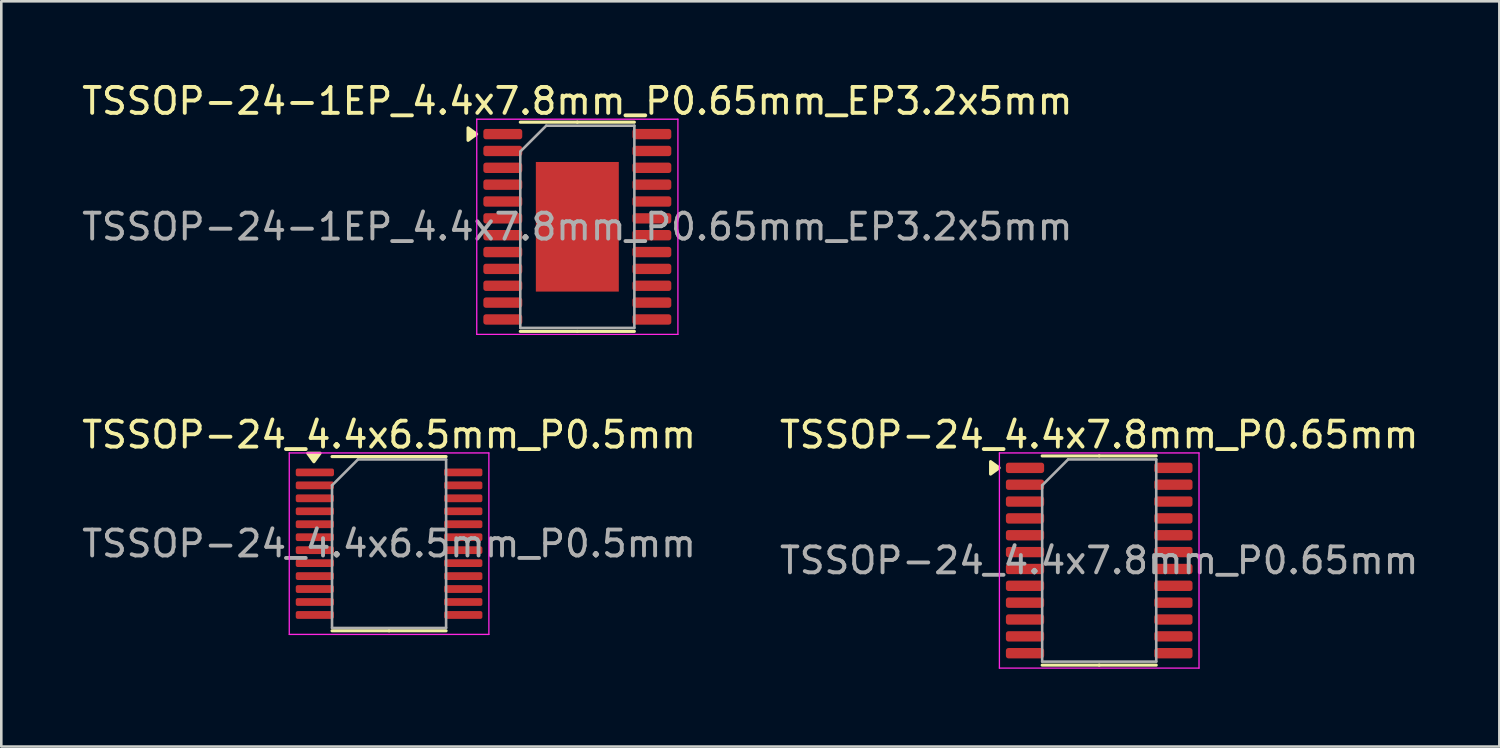
<source format=kicad_pcb>
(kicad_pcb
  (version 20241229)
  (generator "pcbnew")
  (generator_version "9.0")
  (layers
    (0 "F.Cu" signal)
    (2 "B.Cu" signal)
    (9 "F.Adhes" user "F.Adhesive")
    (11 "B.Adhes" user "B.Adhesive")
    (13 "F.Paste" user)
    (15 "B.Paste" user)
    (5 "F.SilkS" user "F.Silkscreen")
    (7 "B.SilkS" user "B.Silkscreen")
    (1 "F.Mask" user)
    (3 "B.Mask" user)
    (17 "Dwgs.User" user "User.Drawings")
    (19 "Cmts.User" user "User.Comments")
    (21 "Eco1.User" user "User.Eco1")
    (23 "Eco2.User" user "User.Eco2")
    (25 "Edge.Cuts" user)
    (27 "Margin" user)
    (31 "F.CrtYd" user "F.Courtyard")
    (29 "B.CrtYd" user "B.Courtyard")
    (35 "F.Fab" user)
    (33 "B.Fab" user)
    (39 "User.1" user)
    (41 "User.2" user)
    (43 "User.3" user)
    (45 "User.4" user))
  (footprint "TSSOP-24_4.4x6.5mm_P0.5mm"
    (layer "F.Cu")
    (at 11.958 17.922)
    (property "Reference" "TSSOP-24_4.4x6.5mm_P0.5mm" (at 0 -4.2 0) (layer "F.SilkS") (effects (font (size 1 1) (thickness 0.15))))
    (attr smd)
    (fp_line (start 0 -3.36) (end -2.2 -3.36) (stroke (width 0.12) (type solid)) (layer "F.SilkS"))
    (fp_line (start 0 -3.36) (end 2.2 -3.36) (stroke (width 0.12) (type solid)) (layer "F.SilkS"))
    (fp_line (start 0 3.36) (end -2.2 3.36) (stroke (width 0.12) (type solid)) (layer "F.SilkS"))
    (fp_line (start 0 3.36) (end 2.2 3.36) (stroke (width 0.12) (type solid)) (layer "F.SilkS"))
    (fp_poly (pts (xy -2.9 -3.16) (xy -3.14 -3.49) (xy -2.66 -3.49) (xy -2.9 -3.16)) (stroke (width 0.12) (type solid)) (fill yes) (layer "F.SilkS"))
    (fp_line (start -3.85 -3.5) (end -3.85 3.5) (stroke (width 0.05) (type solid)) (layer "F.CrtYd"))
    (fp_line (start -3.85 3.5) (end 3.85 3.5) (stroke (width 0.05) (type solid)) (layer "F.CrtYd"))
    (fp_line (start 3.85 -3.5) (end -3.85 -3.5) (stroke (width 0.05) (type solid)) (layer "F.CrtYd"))
    (fp_line (start 3.85 3.5) (end 3.85 -3.5) (stroke (width 0.05) (type solid)) (layer "F.CrtYd"))
    (fp_line (start -2.2 -2.25) (end -1.2 -3.25) (stroke (width 0.1) (type solid)) (layer "F.Fab"))
    (fp_line (start -2.2 3.25) (end -2.2 -2.25) (stroke (width 0.1) (type solid)) (layer "F.Fab"))
    (fp_line (start -1.2 -3.25) (end 2.2 -3.25) (stroke (width 0.1) (type solid)) (layer "F.Fab"))
    (fp_line (start 2.2 -3.25) (end 2.2 3.25) (stroke (width 0.1) (type solid)) (layer "F.Fab"))
    (fp_line (start 2.2 3.25) (end -2.2 3.25) (stroke (width 0.1) (type solid)) (layer "F.Fab"))
    (fp_text user "${REFERENCE}" (at 0 0 0) (layer "F.Fab") (effects (font (size 1 1) (thickness 0.15))))
    (pad "1" smd roundrect (at -2.862 -2.75) (size 1.475 0.3) (layers "F.Cu" "F.Mask" "F.Paste") (roundrect_rratio 0.25))
    (pad "2" smd roundrect (at -2.862 -2.25) (size 1.475 0.3) (layers "F.Cu" "F.Mask" "F.Paste") (roundrect_rratio 0.25))
    (pad "3" smd roundrect (at -2.862 -1.75) (size 1.475 0.3) (layers "F.Cu" "F.Mask" "F.Paste") (roundrect_rratio 0.25))
    (pad "4" smd roundrect (at -2.862 -1.25) (size 1.475 0.3) (layers "F.Cu" "F.Mask" "F.Paste") (roundrect_rratio 0.25))
    (pad "5" smd roundrect (at -2.862 -0.75) (size 1.475 0.3) (layers "F.Cu" "F.Mask" "F.Paste") (roundrect_rratio 0.25))
    (pad "6" smd roundrect (at -2.862 -0.25) (size 1.475 0.3) (layers "F.Cu" "F.Mask" "F.Paste") (roundrect_rratio 0.25))
    (pad "7" smd roundrect (at -2.862 0.25) (size 1.475 0.3) (layers "F.Cu" "F.Mask" "F.Paste") (roundrect_rratio 0.25))
    (pad "8" smd roundrect (at -2.862 0.75) (size 1.475 0.3) (layers "F.Cu" "F.Mask" "F.Paste") (roundrect_rratio 0.25))
    (pad "9" smd roundrect (at -2.862 1.25) (size 1.475 0.3) (layers "F.Cu" "F.Mask" "F.Paste") (roundrect_rratio 0.25))
    (pad "10" smd roundrect (at -2.862 1.75) (size 1.475 0.3) (layers "F.Cu" "F.Mask" "F.Paste") (roundrect_rratio 0.25))
    (pad "11" smd roundrect (at -2.862 2.25) (size 1.475 0.3) (layers "F.Cu" "F.Mask" "F.Paste") (roundrect_rratio 0.25))
    (pad "12" smd roundrect (at -2.862 2.75) (size 1.475 0.3) (layers "F.Cu" "F.Mask" "F.Paste") (roundrect_rratio 0.25))
    (pad "13" smd roundrect (at 2.862 2.75) (size 1.475 0.3) (layers "F.Cu" "F.Mask" "F.Paste") (roundrect_rratio 0.25))
    (pad "14" smd roundrect (at 2.862 2.25) (size 1.475 0.3) (layers "F.Cu" "F.Mask" "F.Paste") (roundrect_rratio 0.25))
    (pad "15" smd roundrect (at 2.862 1.75) (size 1.475 0.3) (layers "F.Cu" "F.Mask" "F.Paste") (roundrect_rratio 0.25))
    (pad "16" smd roundrect (at 2.862 1.25) (size 1.475 0.3) (layers "F.Cu" "F.Mask" "F.Paste") (roundrect_rratio 0.25))
    (pad "17" smd roundrect (at 2.862 0.75) (size 1.475 0.3) (layers "F.Cu" "F.Mask" "F.Paste") (roundrect_rratio 0.25))
    (pad "18" smd roundrect (at 2.862 0.25) (size 1.475 0.3) (layers "F.Cu" "F.Mask" "F.Paste") (roundrect_rratio 0.25))
    (pad "19" smd roundrect (at 2.862 -0.25) (size 1.475 0.3) (layers "F.Cu" "F.Mask" "F.Paste") (roundrect_rratio 0.25))
    (pad "20" smd roundrect (at 2.862 -0.75) (size 1.475 0.3) (layers "F.Cu" "F.Mask" "F.Paste") (roundrect_rratio 0.25))
    (pad "21" smd roundrect (at 2.862 -1.25) (size 1.475 0.3) (layers "F.Cu" "F.Mask" "F.Paste") (roundrect_rratio 0.25))
    (pad "22" smd roundrect (at 2.862 -1.75) (size 1.475 0.3) (layers "F.Cu" "F.Mask" "F.Paste") (roundrect_rratio 0.25))
    (pad "23" smd roundrect (at 2.862 -2.25) (size 1.475 0.3) (layers "F.Cu" "F.Mask" "F.Paste") (roundrect_rratio 0.25))
    (pad "24" smd roundrect (at 2.862 -2.75) (size 1.475 0.3) (layers "F.Cu" "F.Mask" "F.Paste") (roundrect_rratio 0.25)))
  (footprint "TSSOP-24-1EP_4.4x7.8mm_P0.65mm_EP3.2x5mm"
    (layer "F.Cu")
    (at 19.22 5.698)
    (property "Reference" "TSSOP-24-1EP_4.4x7.8mm_P0.65mm_EP3.2x5mm" (at 0 -4.85 0) (layer "F.SilkS") (effects (font (size 1 1) (thickness 0.15))))
    (attr smd)
    (fp_line (start 0 -4.035) (end -2.2 -4.035) (stroke (width 0.12) (type solid)) (layer "F.SilkS"))
    (fp_line (start 0 -4.035) (end 2.2 -4.035) (stroke (width 0.12) (type solid)) (layer "F.SilkS"))
    (fp_line (start 0 4.035) (end -2.2 4.035) (stroke (width 0.12) (type solid)) (layer "F.SilkS"))
    (fp_line (start 0 4.035) (end 2.2 4.035) (stroke (width 0.12) (type solid)) (layer "F.SilkS"))
    (fp_poly (pts (xy -3.885 -3.575) (xy -4.215 -3.335) (xy -4.215 -3.815) (xy -3.885 -3.575)) (stroke (width 0.12) (type solid)) (fill yes) (layer "F.SilkS"))
    (fp_line (start -3.88 -4.15) (end -3.88 4.15) (stroke (width 0.05) (type solid)) (layer "F.CrtYd"))
    (fp_line (start -3.88 4.15) (end 3.88 4.15) (stroke (width 0.05) (type solid)) (layer "F.CrtYd"))
    (fp_line (start 3.88 -4.15) (end -3.88 -4.15) (stroke (width 0.05) (type solid)) (layer "F.CrtYd"))
    (fp_line (start 3.88 4.15) (end 3.88 -4.15) (stroke (width 0.05) (type solid)) (layer "F.CrtYd"))
    (fp_line (start -2.2 -2.9) (end -1.2 -3.9) (stroke (width 0.1) (type solid)) (layer "F.Fab"))
    (fp_line (start -2.2 3.9) (end -2.2 -2.9) (stroke (width 0.1) (type solid)) (layer "F.Fab"))
    (fp_line (start -1.2 -3.9) (end 2.2 -3.9) (stroke (width 0.1) (type solid)) (layer "F.Fab"))
    (fp_line (start 2.2 -3.9) (end 2.2 3.9) (stroke (width 0.1) (type solid)) (layer "F.Fab"))
    (fp_line (start 2.2 3.9) (end -2.2 3.9) (stroke (width 0.1) (type solid)) (layer "F.Fab"))
    (fp_text user "${REFERENCE}" (at 0 0 0) (layer "F.Fab") (effects (font (size 1 1) (thickness 0.15))))
    (pad "" smd roundrect (at -0.8 -1.67) (size 1.29 1.34) (layers "F.Paste") (roundrect_rratio 0.194))
    (pad "" smd roundrect (at -0.8 0) (size 1.29 1.34) (layers "F.Paste") (roundrect_rratio 0.194))
    (pad "" smd roundrect (at -0.8 1.67) (size 1.29 1.34) (layers "F.Paste") (roundrect_rratio 0.194))
    (pad "" smd roundrect (at 0.8 -1.67) (size 1.29 1.34) (layers "F.Paste") (roundrect_rratio 0.194))
    (pad "" smd roundrect (at 0.8 0) (size 1.29 1.34) (layers "F.Paste") (roundrect_rratio 0.194))
    (pad "" smd roundrect (at 0.8 1.67) (size 1.29 1.34) (layers "F.Paste") (roundrect_rratio 0.194))
    (pad "1" smd roundrect (at -2.875 -3.575) (size 1.5 0.4) (layers "F.Cu" "F.Mask" "F.Paste") (roundrect_rratio 0.25))
    (pad "2" smd roundrect (at -2.875 -2.925) (size 1.5 0.4) (layers "F.Cu" "F.Mask" "F.Paste") (roundrect_rratio 0.25))
    (pad "3" smd roundrect (at -2.875 -2.275) (size 1.5 0.4) (layers "F.Cu" "F.Mask" "F.Paste") (roundrect_rratio 0.25))
    (pad "4" smd roundrect (at -2.875 -1.625) (size 1.5 0.4) (layers "F.Cu" "F.Mask" "F.Paste") (roundrect_rratio 0.25))
    (pad "5" smd roundrect (at -2.875 -0.975) (size 1.5 0.4) (layers "F.Cu" "F.Mask" "F.Paste") (roundrect_rratio 0.25))
    (pad "6" smd roundrect (at -2.875 -0.325) (size 1.5 0.4) (layers "F.Cu" "F.Mask" "F.Paste") (roundrect_rratio 0.25))
    (pad "7" smd roundrect (at -2.875 0.325) (size 1.5 0.4) (layers "F.Cu" "F.Mask" "F.Paste") (roundrect_rratio 0.25))
    (pad "8" smd roundrect (at -2.875 0.975) (size 1.5 0.4) (layers "F.Cu" "F.Mask" "F.Paste") (roundrect_rratio 0.25))
    (pad "9" smd roundrect (at -2.875 1.625) (size 1.5 0.4) (layers "F.Cu" "F.Mask" "F.Paste") (roundrect_rratio 0.25))
    (pad "10" smd roundrect (at -2.875 2.275) (size 1.5 0.4) (layers "F.Cu" "F.Mask" "F.Paste") (roundrect_rratio 0.25))
    (pad "11" smd roundrect (at -2.875 2.925) (size 1.5 0.4) (layers "F.Cu" "F.Mask" "F.Paste") (roundrect_rratio 0.25))
    (pad "12" smd roundrect (at -2.875 3.575) (size 1.5 0.4) (layers "F.Cu" "F.Mask" "F.Paste") (roundrect_rratio 0.25))
    (pad "13" smd roundrect (at 2.875 3.575) (size 1.5 0.4) (layers "F.Cu" "F.Mask" "F.Paste") (roundrect_rratio 0.25))
    (pad "14" smd roundrect (at 2.875 2.925) (size 1.5 0.4) (layers "F.Cu" "F.Mask" "F.Paste") (roundrect_rratio 0.25))
    (pad "15" smd roundrect (at 2.875 2.275) (size 1.5 0.4) (layers "F.Cu" "F.Mask" "F.Paste") (roundrect_rratio 0.25))
    (pad "16" smd roundrect (at 2.875 1.625) (size 1.5 0.4) (layers "F.Cu" "F.Mask" "F.Paste") (roundrect_rratio 0.25))
    (pad "17" smd roundrect (at 2.875 0.975) (size 1.5 0.4) (layers "F.Cu" "F.Mask" "F.Paste") (roundrect_rratio 0.25))
    (pad "18" smd roundrect (at 2.875 0.325) (size 1.5 0.4) (layers "F.Cu" "F.Mask" "F.Paste") (roundrect_rratio 0.25))
    (pad "19" smd roundrect (at 2.875 -0.325) (size 1.5 0.4) (layers "F.Cu" "F.Mask" "F.Paste") (roundrect_rratio 0.25))
    (pad "20" smd roundrect (at 2.875 -0.975) (size 1.5 0.4) (layers "F.Cu" "F.Mask" "F.Paste") (roundrect_rratio 0.25))
    (pad "21" smd roundrect (at 2.875 -1.625) (size 1.5 0.4) (layers "F.Cu" "F.Mask" "F.Paste") (roundrect_rratio 0.25))
    (pad "22" smd roundrect (at 2.875 -2.275) (size 1.5 0.4) (layers "F.Cu" "F.Mask" "F.Paste") (roundrect_rratio 0.25))
    (pad "23" smd roundrect (at 2.875 -2.925) (size 1.5 0.4) (layers "F.Cu" "F.Mask" "F.Paste") (roundrect_rratio 0.25))
    (pad "24" smd roundrect (at 2.875 -3.575) (size 1.5 0.4) (layers "F.Cu" "F.Mask" "F.Paste") (roundrect_rratio 0.25))
    (pad "25" smd rect (at 0 0) (size 3.2 5) (property pad_prop_heatsink) (layers "F.Cu" "F.Mask")))
  (footprint "TSSOP-24_4.4x7.8mm_P0.65mm"
    (layer "F.Cu")
    (at 39.351 18.572)
    (property "Reference" "TSSOP-24_4.4x7.8mm_P0.65mm" (at 0 -4.85 0) (layer "F.SilkS") (effects (font (size 1 1) (thickness 0.15))))
    (attr smd)
    (fp_line (start 0 -4.035) (end -2.2 -4.035) (stroke (width 0.12) (type solid)) (layer "F.SilkS"))
    (fp_line (start 0 -4.035) (end 2.2 -4.035) (stroke (width 0.12) (type solid)) (layer "F.SilkS"))
    (fp_line (start 0 4.035) (end -2.2 4.035) (stroke (width 0.12) (type solid)) (layer "F.SilkS"))
    (fp_line (start 0 4.035) (end 2.2 4.035) (stroke (width 0.12) (type solid)) (layer "F.SilkS"))
    (fp_poly (pts (xy -3.86 -3.575) (xy -4.19 -3.335) (xy -4.19 -3.815) (xy -3.86 -3.575)) (stroke (width 0.12) (type solid)) (fill yes) (layer "F.SilkS"))
    (fp_line (start -3.85 -4.15) (end -3.85 4.15) (stroke (width 0.05) (type solid)) (layer "F.CrtYd"))
    (fp_line (start -3.85 4.15) (end 3.85 4.15) (stroke (width 0.05) (type solid)) (layer "F.CrtYd"))
    (fp_line (start 3.85 -4.15) (end -3.85 -4.15) (stroke (width 0.05) (type solid)) (layer "F.CrtYd"))
    (fp_line (start 3.85 4.15) (end 3.85 -4.15) (stroke (width 0.05) (type solid)) (layer "F.CrtYd"))
    (fp_line (start -2.2 -2.9) (end -1.2 -3.9) (stroke (width 0.1) (type solid)) (layer "F.Fab"))
    (fp_line (start -2.2 3.9) (end -2.2 -2.9) (stroke (width 0.1) (type solid)) (layer "F.Fab"))
    (fp_line (start -1.2 -3.9) (end 2.2 -3.9) (stroke (width 0.1) (type solid)) (layer "F.Fab"))
    (fp_line (start 2.2 -3.9) (end 2.2 3.9) (stroke (width 0.1) (type solid)) (layer "F.Fab"))
    (fp_line (start 2.2 3.9) (end -2.2 3.9) (stroke (width 0.1) (type solid)) (layer "F.Fab"))
    (fp_text user "${REFERENCE}" (at 0 0 0) (layer "F.Fab") (effects (font (size 1 1) (thickness 0.15))))
    (pad "1" smd roundrect (at -2.862 -3.575) (size 1.475 0.4) (layers "F.Cu" "F.Mask" "F.Paste") (roundrect_rratio 0.25))
    (pad "2" smd roundrect (at -2.862 -2.925) (size 1.475 0.4) (layers "F.Cu" "F.Mask" "F.Paste") (roundrect_rratio 0.25))
    (pad "3" smd roundrect (at -2.862 -2.275) (size 1.475 0.4) (layers "F.Cu" "F.Mask" "F.Paste") (roundrect_rratio 0.25))
    (pad "4" smd roundrect (at -2.862 -1.625) (size 1.475 0.4) (layers "F.Cu" "F.Mask" "F.Paste") (roundrect_rratio 0.25))
    (pad "5" smd roundrect (at -2.862 -0.975) (size 1.475 0.4) (layers "F.Cu" "F.Mask" "F.Paste") (roundrect_rratio 0.25))
    (pad "6" smd roundrect (at -2.862 -0.325) (size 1.475 0.4) (layers "F.Cu" "F.Mask" "F.Paste") (roundrect_rratio 0.25))
    (pad "7" smd roundrect (at -2.862 0.325) (size 1.475 0.4) (layers "F.Cu" "F.Mask" "F.Paste") (roundrect_rratio 0.25))
    (pad "8" smd roundrect (at -2.862 0.975) (size 1.475 0.4) (layers "F.Cu" "F.Mask" "F.Paste") (roundrect_rratio 0.25))
    (pad "9" smd roundrect (at -2.862 1.625) (size 1.475 0.4) (layers "F.Cu" "F.Mask" "F.Paste") (roundrect_rratio 0.25))
    (pad "10" smd roundrect (at -2.862 2.275) (size 1.475 0.4) (layers "F.Cu" "F.Mask" "F.Paste") (roundrect_rratio 0.25))
    (pad "11" smd roundrect (at -2.862 2.925) (size 1.475 0.4) (layers "F.Cu" "F.Mask" "F.Paste") (roundrect_rratio 0.25))
    (pad "12" smd roundrect (at -2.862 3.575) (size 1.475 0.4) (layers "F.Cu" "F.Mask" "F.Paste") (roundrect_rratio 0.25))
    (pad "13" smd roundrect (at 2.862 3.575) (size 1.475 0.4) (layers "F.Cu" "F.Mask" "F.Paste") (roundrect_rratio 0.25))
    (pad "14" smd roundrect (at 2.862 2.925) (size 1.475 0.4) (layers "F.Cu" "F.Mask" "F.Paste") (roundrect_rratio 0.25))
    (pad "15" smd roundrect (at 2.862 2.275) (size 1.475 0.4) (layers "F.Cu" "F.Mask" "F.Paste") (roundrect_rratio 0.25))
    (pad "16" smd roundrect (at 2.862 1.625) (size 1.475 0.4) (layers "F.Cu" "F.Mask" "F.Paste") (roundrect_rratio 0.25))
    (pad "17" smd roundrect (at 2.862 0.975) (size 1.475 0.4) (layers "F.Cu" "F.Mask" "F.Paste") (roundrect_rratio 0.25))
    (pad "18" smd roundrect (at 2.862 0.325) (size 1.475 0.4) (layers "F.Cu" "F.Mask" "F.Paste") (roundrect_rratio 0.25))
    (pad "19" smd roundrect (at 2.862 -0.325) (size 1.475 0.4) (layers "F.Cu" "F.Mask" "F.Paste") (roundrect_rratio 0.25))
    (pad "20" smd roundrect (at 2.862 -0.975) (size 1.475 0.4) (layers "F.Cu" "F.Mask" "F.Paste") (roundrect_rratio 0.25))
    (pad "21" smd roundrect (at 2.862 -1.625) (size 1.475 0.4) (layers "F.Cu" "F.Mask" "F.Paste") (roundrect_rratio 0.25))
    (pad "22" smd roundrect (at 2.862 -2.275) (size 1.475 0.4) (layers "F.Cu" "F.Mask" "F.Paste") (roundrect_rratio 0.25))
    (pad "23" smd roundrect (at 2.862 -2.925) (size 1.475 0.4) (layers "F.Cu" "F.Mask" "F.Paste") (roundrect_rratio 0.25))
    (pad "24" smd roundrect (at 2.862 -3.575) (size 1.475 0.4) (layers "F.Cu" "F.Mask" "F.Paste") (roundrect_rratio 0.25)))
  (gr_rect
    (start -3 -3)
    (end 54.786 25.747)
    (stroke (width 0.1) (type default))
    (fill no)
    (layer "Edge.Cuts")))
</source>
